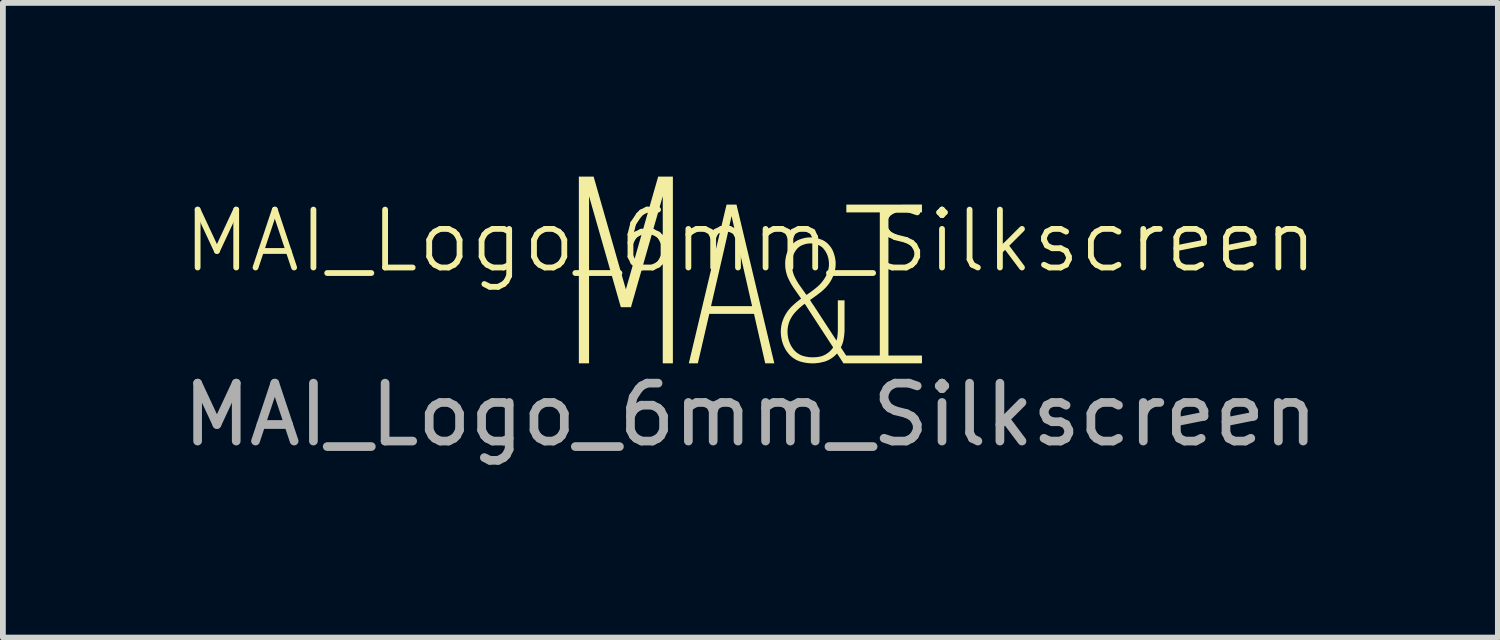
<source format=kicad_pcb>
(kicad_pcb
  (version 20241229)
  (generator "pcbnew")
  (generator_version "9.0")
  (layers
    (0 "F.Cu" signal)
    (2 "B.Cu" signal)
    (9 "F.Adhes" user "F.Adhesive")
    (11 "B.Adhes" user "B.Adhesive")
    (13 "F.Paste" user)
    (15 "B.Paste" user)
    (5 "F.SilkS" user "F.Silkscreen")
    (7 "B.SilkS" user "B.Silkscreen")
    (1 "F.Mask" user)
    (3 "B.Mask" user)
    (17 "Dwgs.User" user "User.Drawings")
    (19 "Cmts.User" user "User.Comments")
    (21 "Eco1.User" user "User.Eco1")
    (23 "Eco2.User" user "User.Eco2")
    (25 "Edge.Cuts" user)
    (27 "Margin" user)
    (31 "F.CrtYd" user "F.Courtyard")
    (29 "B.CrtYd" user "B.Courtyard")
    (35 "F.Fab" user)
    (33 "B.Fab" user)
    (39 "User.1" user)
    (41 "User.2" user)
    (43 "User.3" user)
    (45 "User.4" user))
  (footprint "MAI_Logo_6mm_Silkscreen"
    (layer "F.Cu")
    (at 9.911 1.613)
    (property "Reference" "MAI_Logo_6mm_Silkscreen" (at 0 -0.5 0) (unlocked yes) (layer "F.SilkS") (effects (font (size 1 1) (thickness 0.1))))
    (attr board_only exclude_from_pos_files exclude_from_bom allow_missing_courtyard)
    (fp_poly (pts (xy -2.151 0.335) (xy -1.593 -1.613) (xy -1.339 -1.613) (xy -1.339 1.613) (xy -1.514 1.613) (xy -1.514 -1.275) (xy -2.063 0.643) (xy -2.238 0.643) (xy -2.787 -1.275) (xy -2.787 1.613) (xy -2.963 1.613) (xy -2.963 -1.613) (xy -2.708 -1.613)) (stroke (width 0) (type solid)) (fill yes) (layer "F.SilkS"))
    (fp_poly (pts (xy 0.413 1.613) (xy 0.256 1.613) (xy 0.062 0.758) (xy -0.71 0.758) (xy -0.908 1.613) (xy -1.064 1.613) (xy -0.829 0.624) (xy -0.68 0.624) (xy 0.029 0.624) (xy -0.162 -0.215) (xy -0.244 -0.574) (xy -0.326 -0.932) (xy -0.364 -0.753) (xy -0.404 -0.574) (xy -0.486 -0.215) (xy -0.68 0.624) (xy -0.829 0.624) (xy -0.412 -1.129) (xy -0.24 -1.129)) (stroke (width 0) (type solid)) (fill yes) (layer "F.SilkS"))
    (fp_poly (pts (xy 2.963 -0.995) (xy 2.384 -0.995) (xy 2.384 1.478) (xy 2.963 1.478) (xy 2.963 1.613) (xy 1.658 1.613) (xy 1.657 1.613) (xy 1.607 1.613) (xy 1.573 1.559) (xy 1.56 1.539) (xy 1.496 1.442) (xy 1.489 1.449) (xy 1.483 1.456) (xy 1.476 1.463) (xy 1.47 1.47) (xy 1.463 1.476) (xy 1.456 1.483) (xy 1.449 1.489) (xy 1.441 1.495) (xy 1.434 1.501) (xy 1.426 1.507) (xy 1.418 1.513) (xy 1.41 1.519) (xy 1.402 1.524) (xy 1.394 1.53) (xy 1.385 1.535) (xy 1.377 1.54) (xy 1.368 1.545) (xy 1.359 1.55) (xy 1.35 1.555) (xy 1.342 1.559) (xy 1.333 1.563) (xy 1.323 1.567) (xy 1.314 1.571) (xy 1.305 1.574) (xy 1.296 1.578) (xy 1.287 1.581) (xy 1.277 1.584) (xy 1.268 1.586) (xy 1.258 1.589) (xy 1.249 1.591) (xy 1.239 1.593) (xy 1.229 1.595) (xy 1.21 1.599) (xy 1.191 1.603) (xy 1.172 1.606) (xy 1.153 1.608) (xy 1.134 1.61) (xy 1.115 1.612) (xy 1.095 1.612) (xy 1.076 1.613) (xy 1.048 1.612) (xy 1.021 1.611) (xy 0.993 1.608) (xy 0.966 1.605) (xy 0.939 1.6) (xy 0.912 1.595) (xy 0.885 1.588) (xy 0.858 1.581) (xy 0.845 1.576) (xy 0.833 1.571) (xy 0.82 1.566) (xy 0.808 1.561) (xy 0.796 1.555) (xy 0.784 1.548) (xy 0.772 1.542) (xy 0.761 1.534) (xy 0.749 1.527) (xy 0.738 1.519) (xy 0.727 1.511) (xy 0.717 1.503) (xy 0.706 1.494) (xy 0.696 1.485) (xy 0.686 1.475) (xy 0.676 1.465) (xy 0.667 1.455) (xy 0.658 1.444) (xy 0.649 1.434) (xy 0.641 1.423) (xy 0.632 1.412) (xy 0.625 1.401) (xy 0.617 1.39) (xy 0.61 1.378) (xy 0.603 1.366) (xy 0.596 1.354) (xy 0.59 1.342) (xy 0.584 1.33) (xy 0.578 1.318) (xy 0.573 1.305) (xy 0.568 1.292) (xy 0.563 1.28) (xy 0.554 1.253) (xy 0.546 1.226) (xy 0.54 1.199) (xy 0.537 1.186) (xy 0.535 1.172) (xy 0.532 1.159) (xy 0.53 1.146) (xy 0.529 1.132) (xy 0.528 1.119) (xy 0.527 1.105) (xy 0.526 1.092) (xy 0.525 1.079) (xy 0.525 1.065) (xy 0.641 1.065) (xy 0.641 1.076) (xy 0.641 1.087) (xy 0.642 1.098) (xy 0.643 1.108) (xy 0.644 1.119) (xy 0.645 1.13) (xy 0.647 1.141) (xy 0.648 1.151) (xy 0.65 1.162) (xy 0.652 1.173) (xy 0.657 1.194) (xy 0.663 1.215) (xy 0.67 1.236) (xy 0.674 1.247) (xy 0.678 1.257) (xy 0.682 1.267) (xy 0.686 1.277) (xy 0.691 1.287) (xy 0.696 1.297) (xy 0.701 1.306) (xy 0.706 1.316) (xy 0.712 1.325) (xy 0.718 1.334) (xy 0.724 1.343) (xy 0.73 1.352) (xy 0.736 1.361) (xy 0.743 1.37) (xy 0.75 1.378) (xy 0.757 1.387) (xy 0.765 1.395) (xy 0.772 1.403) (xy 0.781 1.41) (xy 0.789 1.418) (xy 0.797 1.425) (xy 0.806 1.431) (xy 0.815 1.438) (xy 0.824 1.444) (xy 0.833 1.45) (xy 0.842 1.455) (xy 0.852 1.461) (xy 0.861 1.465) (xy 0.871 1.47) (xy 0.881 1.474) (xy 0.891 1.479) (xy 0.902 1.482) (xy 0.923 1.488) (xy 0.945 1.494) (xy 0.967 1.498) (xy 0.989 1.502) (xy 1.01 1.505) (xy 1.032 1.507) (xy 1.054 1.508) (xy 1.076 1.508) (xy 1.093 1.508) (xy 1.11 1.507) (xy 1.127 1.506) (xy 1.144 1.505) (xy 1.161 1.503) (xy 1.178 1.5) (xy 1.195 1.497) (xy 1.212 1.494) (xy 1.22 1.492) (xy 1.228 1.489) (xy 1.236 1.487) (xy 1.244 1.484) (xy 1.252 1.481) (xy 1.26 1.478) (xy 1.268 1.474) (xy 1.275 1.471) (xy 1.283 1.467) (xy 1.29 1.463) (xy 1.298 1.459) (xy 1.305 1.455) (xy 1.312 1.45) (xy 1.319 1.446) (xy 1.326 1.441) (xy 1.333 1.436) (xy 1.341 1.431) (xy 1.348 1.426) (xy 1.354 1.42) (xy 1.361 1.415) (xy 1.368 1.409) (xy 1.374 1.403) (xy 1.38 1.397) (xy 1.386 1.391) (xy 1.392 1.385) (xy 1.398 1.378) (xy 1.403 1.372) (xy 1.409 1.365) (xy 1.414 1.359) (xy 1.419 1.352) (xy 1.424 1.345) (xy 1.429 1.337) (xy 0.997 0.674) (xy 0.968 0.628) (xy 0.965 0.622) (xy 0.961 0.616) (xy 0.957 0.611) (xy 0.953 0.605) (xy 0.949 0.6) (xy 0.945 0.595) (xy 0.941 0.589) (xy 0.936 0.584) (xy 0.936 0.584) (xy 0.917 0.599) (xy 0.898 0.614) (xy 0.879 0.63) (xy 0.86 0.646) (xy 0.842 0.662) (xy 0.824 0.679) (xy 0.806 0.697) (xy 0.789 0.715) (xy 0.78 0.723) (xy 0.772 0.732) (xy 0.764 0.742) (xy 0.756 0.751) (xy 0.748 0.76) (xy 0.741 0.77) (xy 0.733 0.78) (xy 0.727 0.79) (xy 0.72 0.8) (xy 0.713 0.811) (xy 0.707 0.821) (xy 0.701 0.832) (xy 0.695 0.843) (xy 0.689 0.854) (xy 0.684 0.865) (xy 0.679 0.877) (xy 0.674 0.888) (xy 0.67 0.899) (xy 0.666 0.911) (xy 0.662 0.922) (xy 0.659 0.934) (xy 0.656 0.945) (xy 0.653 0.957) (xy 0.65 0.969) (xy 0.648 0.981) (xy 0.646 0.993) (xy 0.645 1.004) (xy 0.643 1.016) (xy 0.642 1.029) (xy 0.642 1.041) (xy 0.641 1.053) (xy 0.641 1.065) (xy 0.525 1.065) (xy 0.525 1.065) (xy 0.525 1.05) (xy 0.526 1.036) (xy 0.527 1.021) (xy 0.528 1.007) (xy 0.53 0.992) (xy 0.532 0.978) (xy 0.534 0.963) (xy 0.537 0.949) (xy 0.54 0.935) (xy 0.543 0.921) (xy 0.547 0.907) (xy 0.551 0.894) (xy 0.556 0.88) (xy 0.561 0.866) (xy 0.566 0.853) (xy 0.572 0.839) (xy 0.577 0.826) (xy 0.584 0.812) (xy 0.59 0.799) (xy 0.597 0.786) (xy 0.604 0.773) (xy 0.611 0.76) (xy 0.619 0.748) (xy 0.627 0.736) (xy 0.635 0.724) (xy 0.643 0.712) (xy 0.652 0.7) (xy 0.661 0.689) (xy 0.67 0.678) (xy 0.679 0.667) (xy 0.689 0.656) (xy 0.699 0.645) (xy 0.72 0.624) (xy 0.742 0.604) (xy 0.763 0.585) (xy 0.785 0.565) (xy 0.807 0.547) (xy 0.83 0.529) (xy 0.853 0.511) (xy 0.876 0.495) (xy 0.812 0.403) (xy 0.748 0.312) (xy 0.733 0.289) (xy 0.718 0.265) (xy 0.703 0.241) (xy 0.69 0.216) (xy 0.676 0.192) (xy 0.664 0.166) (xy 0.652 0.141) (xy 0.641 0.115) (xy 0.636 0.102) (xy 0.632 0.088) (xy 0.627 0.075) (xy 0.623 0.061) (xy 0.62 0.047) (xy 0.616 0.034) (xy 0.613 0.02) (xy 0.611 0.006) (xy 0.608 -0.007) (xy 0.606 -0.021) (xy 0.604 -0.035) (xy 0.603 -0.049) (xy 0.602 -0.063) (xy 0.601 -0.077) (xy 0.601 -0.091) (xy 0.601 -0.102) (xy 0.716 -0.102) (xy 0.717 -0.09) (xy 0.717 -0.077) (xy 0.718 -0.064) (xy 0.719 -0.052) (xy 0.72 -0.039) (xy 0.722 -0.027) (xy 0.724 -0.015) (xy 0.726 -0.002) (xy 0.728 0.01) (xy 0.731 0.022) (xy 0.734 0.034) (xy 0.738 0.047) (xy 0.741 0.059) (xy 0.745 0.071) (xy 0.75 0.083) (xy 0.754 0.095) (xy 0.764 0.118) (xy 0.775 0.14) (xy 0.787 0.163) (xy 0.799 0.185) (xy 0.812 0.206) (xy 0.825 0.227) (xy 0.838 0.248) (xy 0.853 0.269) (xy 0.968 0.431) (xy 0.992 0.415) (xy 1.016 0.398) (xy 1.039 0.382) (xy 1.062 0.365) (xy 1.084 0.348) (xy 1.107 0.33) (xy 1.129 0.313) (xy 1.151 0.295) (xy 1.162 0.285) (xy 1.173 0.275) (xy 1.183 0.265) (xy 1.194 0.255) (xy 1.204 0.245) (xy 1.214 0.234) (xy 1.223 0.223) (xy 1.233 0.212) (xy 1.242 0.201) (xy 1.251 0.189) (xy 1.259 0.177) (xy 1.268 0.165) (xy 1.276 0.153) (xy 1.284 0.141) (xy 1.291 0.128) (xy 1.299 0.115) (xy 1.306 0.102) (xy 1.312 0.089) (xy 1.318 0.075) (xy 1.324 0.062) (xy 1.329 0.049) (xy 1.334 0.035) (xy 1.338 0.022) (xy 1.342 0.008) (xy 1.345 -0.006) (xy 1.348 -0.02) (xy 1.351 -0.034) (xy 1.353 -0.048) (xy 1.355 -0.062) (xy 1.356 -0.076) (xy 1.356 -0.091) (xy 1.357 -0.105) (xy 1.356 -0.122) (xy 1.355 -0.138) (xy 1.354 -0.155) (xy 1.351 -0.171) (xy 1.349 -0.187) (xy 1.345 -0.203) (xy 1.341 -0.22) (xy 1.336 -0.235) (xy 1.334 -0.244) (xy 1.331 -0.252) (xy 1.328 -0.26) (xy 1.325 -0.268) (xy 1.321 -0.276) (xy 1.318 -0.283) (xy 1.314 -0.291) (xy 1.31 -0.298) (xy 1.306 -0.306) (xy 1.302 -0.313) (xy 1.297 -0.32) (xy 1.293 -0.327) (xy 1.288 -0.334) (xy 1.283 -0.341) (xy 1.278 -0.348) (xy 1.273 -0.354) (xy 1.267 -0.361) (xy 1.262 -0.368) (xy 1.257 -0.374) (xy 1.251 -0.38) (xy 1.245 -0.386) (xy 1.239 -0.391) (xy 1.233 -0.396) (xy 1.226 -0.401) (xy 1.22 -0.406) (xy 1.213 -0.411) (xy 1.206 -0.415) (xy 1.199 -0.419) (xy 1.191 -0.423) (xy 1.184 -0.426) (xy 1.176 -0.429) (xy 1.168 -0.432) (xy 1.16 -0.436) (xy 1.152 -0.439) (xy 1.144 -0.441) (xy 1.136 -0.444) (xy 1.128 -0.446) (xy 1.12 -0.448) (xy 1.112 -0.45) (xy 1.104 -0.452) (xy 1.096 -0.454) (xy 1.088 -0.455) (xy 1.079 -0.456) (xy 1.071 -0.457) (xy 1.063 -0.458) (xy 1.055 -0.458) (xy 1.046 -0.458) (xy 1.038 -0.459) (xy 1.038 -0.459) (xy 1.029 -0.458) (xy 1.021 -0.458) (xy 1.012 -0.458) (xy 1.004 -0.457) (xy 0.995 -0.456) (xy 0.987 -0.455) (xy 0.978 -0.454) (xy 0.97 -0.452) (xy 0.962 -0.45) (xy 0.953 -0.448) (xy 0.945 -0.446) (xy 0.937 -0.444) (xy 0.929 -0.441) (xy 0.921 -0.439) (xy 0.913 -0.436) (xy 0.905 -0.432) (xy 0.897 -0.429) (xy 0.889 -0.426) (xy 0.882 -0.423) (xy 0.874 -0.419) (xy 0.867 -0.415) (xy 0.86 -0.411) (xy 0.853 -0.406) (xy 0.846 -0.401) (xy 0.839 -0.396) (xy 0.833 -0.391) (xy 0.827 -0.386) (xy 0.82 -0.38) (xy 0.814 -0.374) (xy 0.809 -0.368) (xy 0.803 -0.361) (xy 0.797 -0.354) (xy 0.792 -0.348) (xy 0.787 -0.341) (xy 0.782 -0.334) (xy 0.777 -0.327) (xy 0.773 -0.32) (xy 0.768 -0.313) (xy 0.764 -0.306) (xy 0.76 -0.298) (xy 0.756 -0.291) (xy 0.752 -0.283) (xy 0.749 -0.276) (xy 0.745 -0.268) (xy 0.742 -0.26) (xy 0.739 -0.252) (xy 0.736 -0.244) (xy 0.734 -0.235) (xy 0.73 -0.219) (xy 0.726 -0.202) (xy 0.723 -0.186) (xy 0.721 -0.169) (xy 0.719 -0.152) (xy 0.717 -0.136) (xy 0.717 -0.119) (xy 0.716 -0.102) (xy 0.601 -0.102) (xy 0.6 -0.105) (xy 0.601 -0.127) (xy 0.602 -0.15) (xy 0.604 -0.172) (xy 0.607 -0.193) (xy 0.611 -0.215) (xy 0.615 -0.237) (xy 0.62 -0.258) (xy 0.627 -0.279) (xy 0.63 -0.29) (xy 0.634 -0.3) (xy 0.638 -0.311) (xy 0.643 -0.321) (xy 0.647 -0.331) (xy 0.652 -0.341) (xy 0.657 -0.351) (xy 0.663 -0.361) (xy 0.668 -0.37) (xy 0.674 -0.38) (xy 0.68 -0.389) (xy 0.686 -0.398) (xy 0.693 -0.407) (xy 0.699 -0.416) (xy 0.706 -0.424) (xy 0.713 -0.432) (xy 0.721 -0.441) (xy 0.729 -0.449) (xy 0.737 -0.457) (xy 0.745 -0.465) (xy 0.754 -0.472) (xy 0.763 -0.479) (xy 0.772 -0.486) (xy 0.781 -0.492) (xy 0.79 -0.498) (xy 0.8 -0.504) (xy 0.809 -0.509) (xy 0.819 -0.514) (xy 0.83 -0.519) (xy 0.84 -0.523) (xy 0.85 -0.527) (xy 0.861 -0.531) (xy 0.872 -0.535) (xy 0.883 -0.538) (xy 0.894 -0.542) (xy 0.905 -0.545) (xy 0.916 -0.548) (xy 0.926 -0.55) (xy 0.937 -0.553) (xy 0.948 -0.555) (xy 0.959 -0.557) (xy 0.97 -0.558) (xy 0.981 -0.56) (xy 0.992 -0.561) (xy 1.002 -0.562) (xy 1.013 -0.562) (xy 1.024 -0.563) (xy 1.035 -0.563) (xy 1.046 -0.563) (xy 1.057 -0.562) (xy 1.068 -0.562) (xy 1.08 -0.561) (xy 1.091 -0.56) (xy 1.102 -0.558) (xy 1.112 -0.557) (xy 1.123 -0.555) (xy 1.134 -0.553) (xy 1.145 -0.55) (xy 1.156 -0.548) (xy 1.166 -0.545) (xy 1.177 -0.542) (xy 1.188 -0.538) (xy 1.198 -0.535) (xy 1.209 -0.531) (xy 1.22 -0.527) (xy 1.23 -0.523) (xy 1.241 -0.519) (xy 1.251 -0.514) (xy 1.261 -0.509) (xy 1.27 -0.504) (xy 1.28 -0.498) (xy 1.289 -0.492) (xy 1.298 -0.486) (xy 1.307 -0.479) (xy 1.316 -0.472) (xy 1.325 -0.465) (xy 1.333 -0.457) (xy 1.341 -0.449) (xy 1.349 -0.441) (xy 1.357 -0.432) (xy 1.364 -0.424) (xy 1.371 -0.416) (xy 1.378 -0.407) (xy 1.385 -0.398) (xy 1.391 -0.389) (xy 1.397 -0.38) (xy 1.403 -0.37) (xy 1.409 -0.361) (xy 1.414 -0.351) (xy 1.419 -0.341) (xy 1.424 -0.331) (xy 1.428 -0.321) (xy 1.432 -0.311) (xy 1.436 -0.3) (xy 1.44 -0.29) (xy 1.443 -0.279) (xy 1.45 -0.258) (xy 1.456 -0.237) (xy 1.461 -0.215) (xy 1.465 -0.193) (xy 1.468 -0.172) (xy 1.471 -0.15) (xy 1.472 -0.127) (xy 1.472 -0.105) (xy 1.472 -0.093) (xy 1.472 -0.081) (xy 1.471 -0.068) (xy 1.47 -0.056) (xy 1.469 -0.044) (xy 1.467 -0.032) (xy 1.465 -0.02) (xy 1.463 -0.007) (xy 1.461 0.005) (xy 1.458 0.017) (xy 1.455 0.029) (xy 1.451 0.041) (xy 1.448 0.053) (xy 1.444 0.065) (xy 1.439 0.077) (xy 1.435 0.089) (xy 1.43 0.101) (xy 1.426 0.113) (xy 1.421 0.124) (xy 1.416 0.136) (xy 1.41 0.147) (xy 1.405 0.158) (xy 1.399 0.169) (xy 1.393 0.18) (xy 1.386 0.191) (xy 1.38 0.202) (xy 1.373 0.212) (xy 1.366 0.223) (xy 1.359 0.233) (xy 1.352 0.243) (xy 1.344 0.253) (xy 1.336 0.263) (xy 1.321 0.281) (xy 1.305 0.3) (xy 1.288 0.317) (xy 1.27 0.334) (xy 1.252 0.351) (xy 1.234 0.368) (xy 1.214 0.384) (xy 1.194 0.399) (xy 1.155 0.429) (xy 1.115 0.458) (xy 1.075 0.487) (xy 1.035 0.515) (xy 1.032 0.518) (xy 1.029 0.518) (xy 1.033 0.524) (xy 1.038 0.531) (xy 1.042 0.537) (xy 1.046 0.544) (xy 1.05 0.55) (xy 1.054 0.557) (xy 1.057 0.563) (xy 1.061 0.57) (xy 1.07 0.582) (xy 1.078 0.594) (xy 1.087 0.606) (xy 1.096 0.619) (xy 1.487 1.219) (xy 1.49 1.207) (xy 1.493 1.195) (xy 1.496 1.184) (xy 1.499 1.172) (xy 1.501 1.16) (xy 1.502 1.148) (xy 1.503 1.135) (xy 1.504 1.123) (xy 1.506 1.111) (xy 1.507 1.099) (xy 1.508 1.086) (xy 1.509 1.074) (xy 1.509 1.062) (xy 1.51 1.049) (xy 1.51 1.037) (xy 1.51 1.025) (xy 1.51 0.524) (xy 1.626 0.524) (xy 1.626 1.025) (xy 1.626 1.045) (xy 1.625 1.065) (xy 1.624 1.085) (xy 1.622 1.106) (xy 1.62 1.126) (xy 1.618 1.146) (xy 1.615 1.167) (xy 1.611 1.187) (xy 1.61 1.197) (xy 1.608 1.206) (xy 1.606 1.216) (xy 1.604 1.226) (xy 1.602 1.235) (xy 1.599 1.245) (xy 1.596 1.254) (xy 1.593 1.264) (xy 1.59 1.273) (xy 1.587 1.282) (xy 1.583 1.292) (xy 1.579 1.301) (xy 1.575 1.31) (xy 1.571 1.319) (xy 1.567 1.328) (xy 1.562 1.337) (xy 1.654 1.478) (xy 1.668 1.478) (xy 1.668 1.478) (xy 2.235 1.478) (xy 2.235 -0.995) (xy 1.657 -0.995) (xy 1.657 -1.129) (xy 2.963 -1.13)) (stroke (width 0) (type solid)) (fill yes) (layer "F.SilkS"))
    (fp_text user "${REFERENCE}" (at 0 2.5 0) (unlocked yes) (layer "F.Fab") (effects (font (size 1 1) (thickness 0.15)))))
  (gr_rect
    (start -3 -3)
    (end 22.821 7.962)
    (stroke (width 0.1) (type default))
    (fill no)
    (layer "Edge.Cuts")))
</source>
